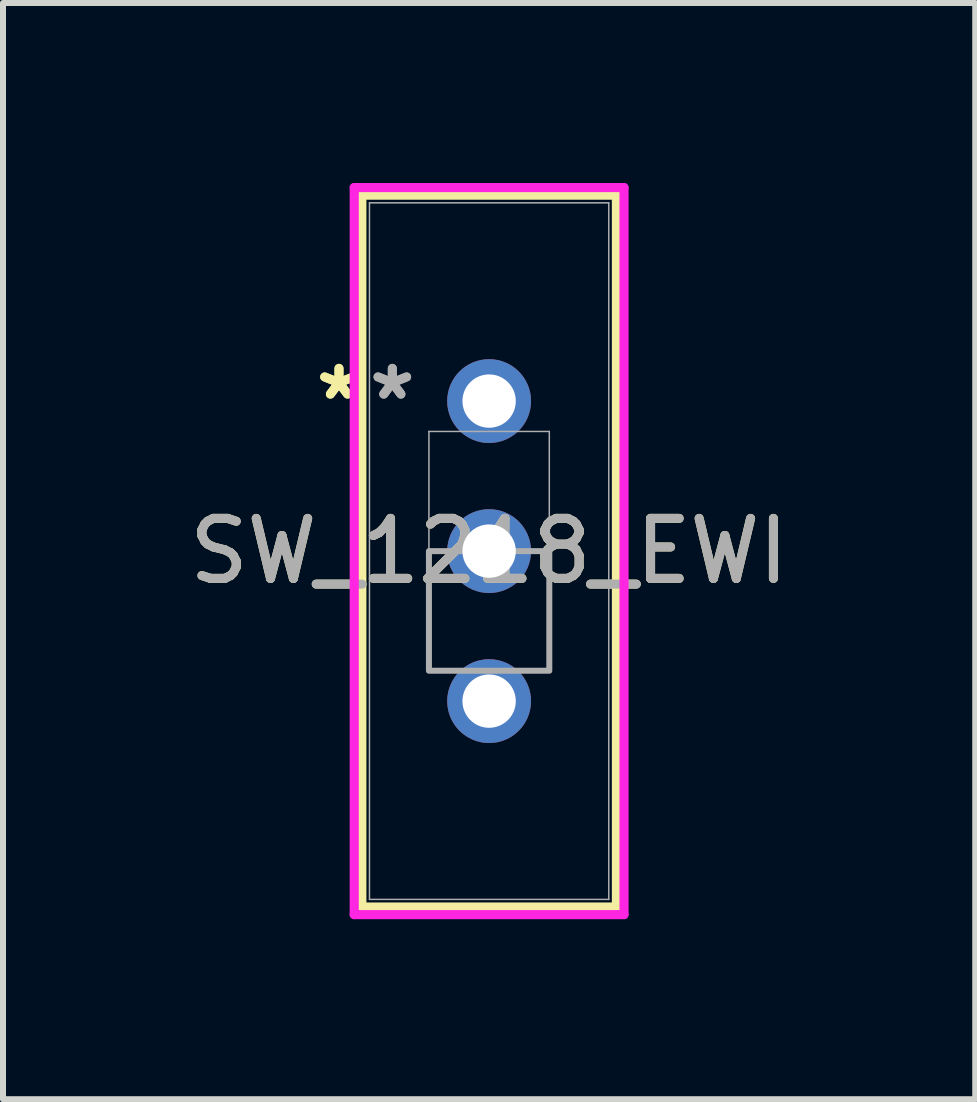
<source format=kicad_pcb>
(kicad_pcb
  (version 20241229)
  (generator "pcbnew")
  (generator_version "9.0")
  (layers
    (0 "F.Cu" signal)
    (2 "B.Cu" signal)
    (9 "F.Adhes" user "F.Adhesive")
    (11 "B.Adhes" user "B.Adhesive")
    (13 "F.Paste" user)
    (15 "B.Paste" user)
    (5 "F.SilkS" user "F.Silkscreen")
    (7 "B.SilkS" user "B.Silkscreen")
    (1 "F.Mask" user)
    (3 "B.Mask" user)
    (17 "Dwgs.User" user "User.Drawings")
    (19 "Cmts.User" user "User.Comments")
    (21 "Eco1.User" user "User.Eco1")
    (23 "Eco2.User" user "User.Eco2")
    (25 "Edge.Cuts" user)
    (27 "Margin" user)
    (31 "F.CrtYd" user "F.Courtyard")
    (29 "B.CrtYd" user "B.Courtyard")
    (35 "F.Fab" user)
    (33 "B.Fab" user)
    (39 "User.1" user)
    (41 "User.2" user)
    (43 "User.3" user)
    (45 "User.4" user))
  (footprint "SW_1218_EWI"
    (layer "F.Cu")
    (at 5.101 3.634)
    (property "Reference" "SW_1218_EWI" (at 0 2.5 0) (unlocked yes) (layer "F.SilkS") (effects (font (size 1 1) (thickness 0.15))))
    (attr through_hole)
    (fp_line (start -2.121 -3.431) (end -2.121 8.431) (stroke (width 0.152) (type solid)) (layer "F.SilkS"))
    (fp_line (start -2.121 8.431) (end 2.121 8.431) (stroke (width 0.152) (type solid)) (layer "F.SilkS"))
    (fp_line (start 2.121 -3.431) (end -2.121 -3.431) (stroke (width 0.152) (type solid)) (layer "F.SilkS"))
    (fp_line (start 2.121 8.431) (end 2.121 -3.431) (stroke (width 0.152) (type solid)) (layer "F.SilkS"))
    (fp_line (start -2.248 -3.558) (end -2.248 8.558) (stroke (width 0.152) (type solid)) (layer "F.CrtYd"))
    (fp_line (start -2.248 8.558) (end 2.248 8.558) (stroke (width 0.152) (type solid)) (layer "F.CrtYd"))
    (fp_line (start 2.248 -3.558) (end -2.248 -3.558) (stroke (width 0.152) (type solid)) (layer "F.CrtYd"))
    (fp_line (start 2.248 8.558) (end 2.248 -3.558) (stroke (width 0.152) (type solid)) (layer "F.CrtYd"))
    (fp_line (start -1.994 -3.304) (end -1.994 8.304) (stroke (width 0.025) (type solid)) (layer "F.Fab"))
    (fp_line (start -1.994 8.304) (end 1.994 8.304) (stroke (width 0.025) (type solid)) (layer "F.Fab"))
    (fp_line (start -1.003 0.506) (end 1.003 0.506) (stroke (width 0.025) (type solid)) (layer "F.Fab"))
    (fp_line (start -1.003 4.494) (end -1.003 0.506) (stroke (width 0.025) (type solid)) (layer "F.Fab"))
    (fp_line (start 1.003 0.506) (end 1.003 4.494) (stroke (width 0.025) (type solid)) (layer "F.Fab"))
    (fp_line (start 1.003 4.494) (end -1.003 4.494) (stroke (width 0.025) (type solid)) (layer "F.Fab"))
    (fp_line (start 1.994 -3.304) (end -1.994 -3.304) (stroke (width 0.025) (type solid)) (layer "F.Fab"))
    (fp_line (start 1.994 8.304) (end 1.994 -3.304) (stroke (width 0.025) (type solid)) (layer "F.Fab"))
    (fp_poly (pts (xy -1.003 4.494) (xy -1.003 2.5) (xy 1.003 2.5) (xy 1.003 4.494)) (stroke (width 0.1) (type solid)) (fill no) (layer "F.Fab"))
    (fp_text user "*" (at -2.502 0 0) (layer "F.SilkS") (effects (font (size 1 1) (thickness 0.15))))
    (fp_text user "*" (at -2.502 0 0) (unlocked yes) (layer "F.SilkS") (effects (font (size 1 1) (thickness 0.15))))
    (fp_text user "${REFERENCE}" (at 0 2.5 0) (unlocked yes) (layer "F.Fab") (effects (font (size 1 1) (thickness 0.15))))
    (fp_text user "*" (at -1.613 0 0) (layer "F.Fab") (effects (font (size 1 1) (thickness 0.15))))
    (fp_text user "*" (at -1.613 0 0) (unlocked yes) (layer "F.Fab") (effects (font (size 1 1) (thickness 0.15))))
    (pad "1" thru_hole circle (at 0 0) (size 1.397 1.397) (drill 0.889) (layers "*.Cu" "*.Mask"))
    (pad "2" thru_hole circle (at 0 2.5) (size 1.397 1.397) (drill 0.889) (layers "*.Cu" "*.Mask"))
    (pad "3" thru_hole circle (at 0 5) (size 1.397 1.397) (drill 0.889) (layers "*.Cu" "*.Mask")))
  (gr_rect
    (start -3 -3)
    (end 13.202 15.268)
    (stroke (width 0.1) (type default))
    (fill no)
    (layer "Edge.Cuts")))
</source>
